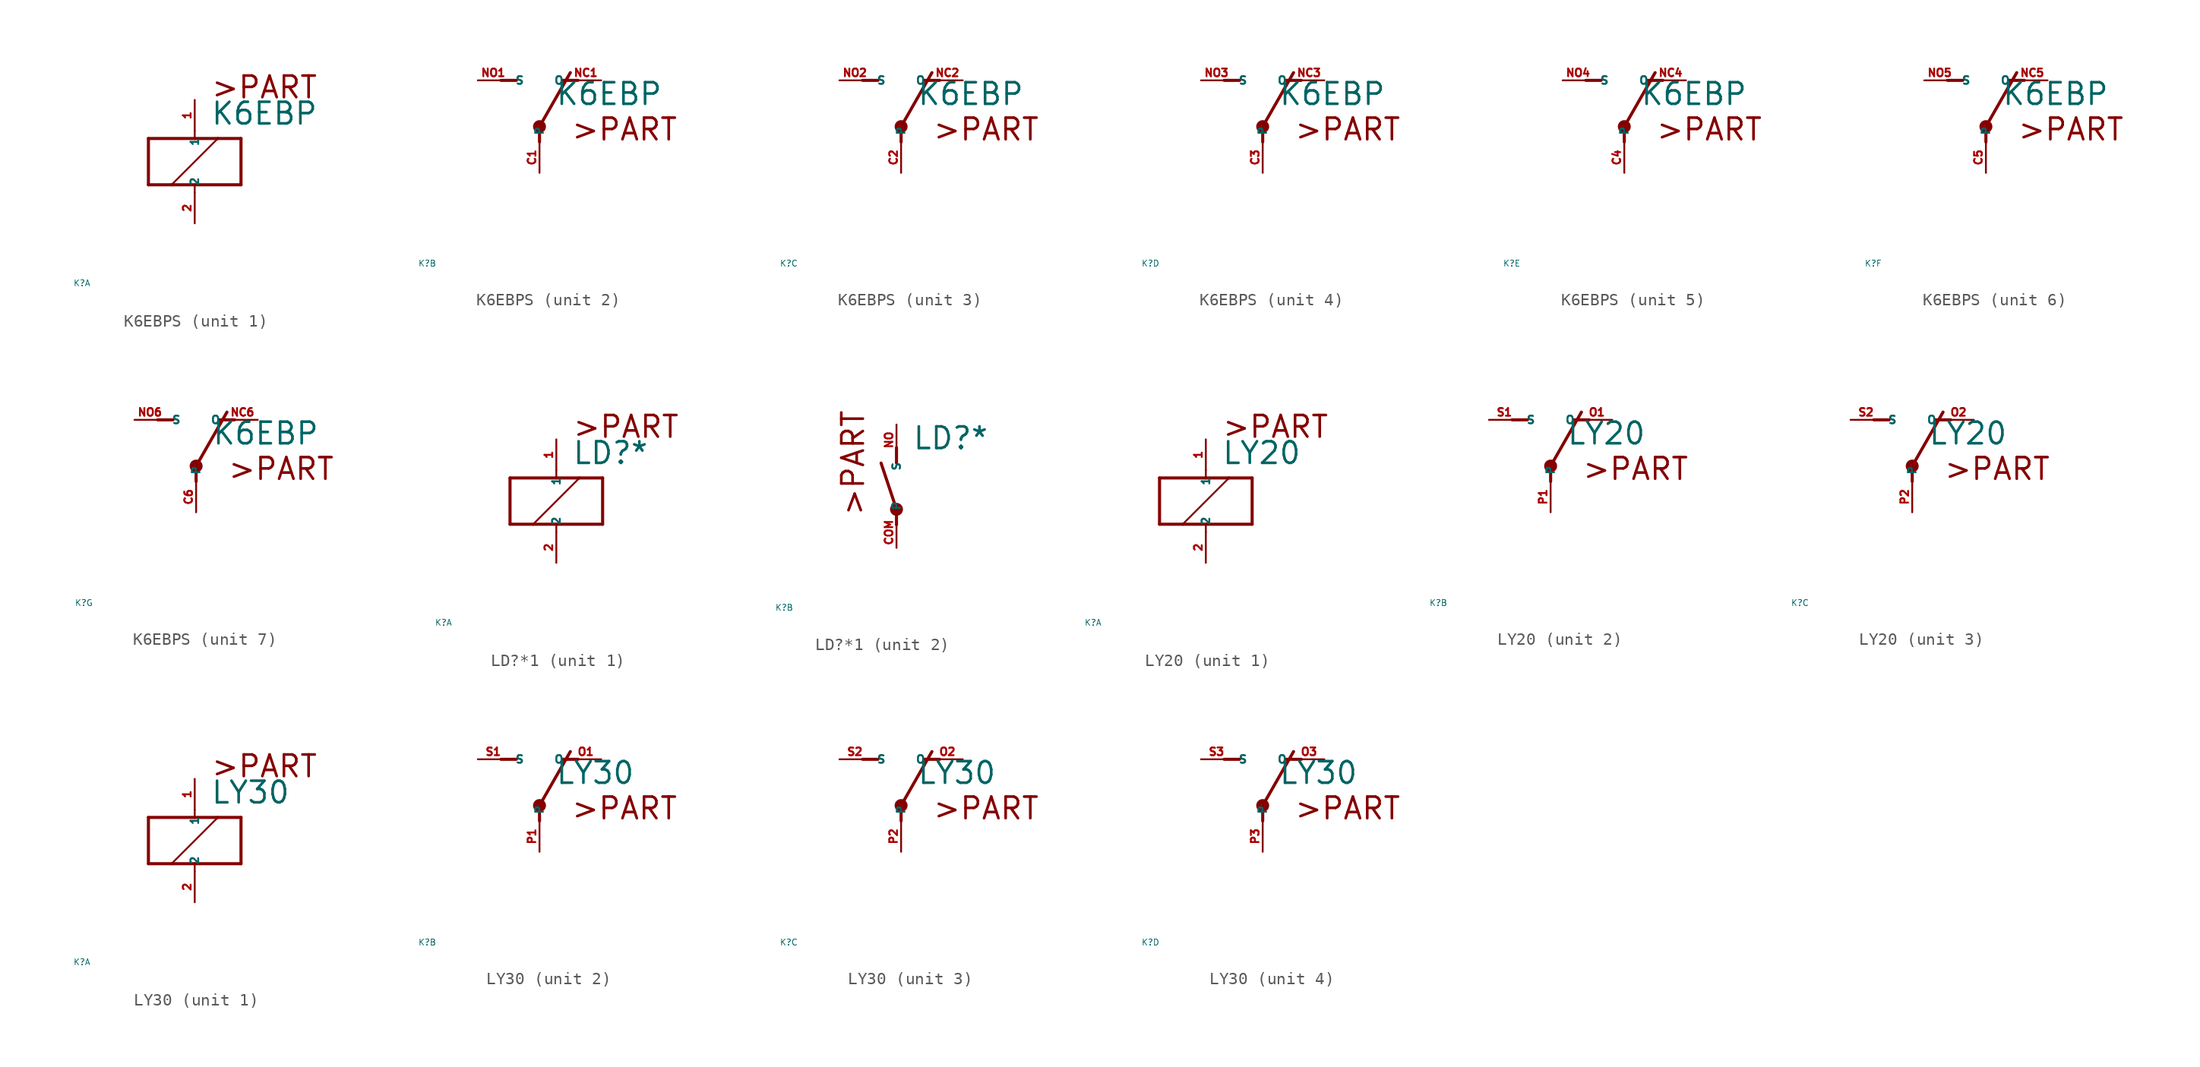
<source format=kicad_sym>
(kicad_symbol_lib
  (version 20220914)
  (generator Eagle2Kicad)
  (symbol "K6EBPS"
    (property "Reference" "K"
      (at -10 -10 0)
      (effects (font (size 0.5 0.5) (thickness 0.06)) (justify left)))
    (property "Value" "K6EBP"
      (at 1.27 2.921 0)
      (effects (font (size 1.778 1.778) (thickness 0.22)) (justify left bottom)))
    (symbol "K6EBPS_1_0"
      (polyline (pts (xy -3.81 -1.905) (xy -1.905 -1.905)) (stroke (width 0.254) (type default)) (fill (type none)))
      (polyline (pts (xy 3.81 -1.905) (xy 3.81 1.905)) (stroke (width 0.254) (type default)) (fill (type none)))
      (polyline (pts (xy 3.81 1.905) (xy 1.905 1.905)) (stroke (width 0.254) (type default)) (fill (type none)))
      (polyline (pts (xy -3.81 1.905) (xy -3.81 -1.905)) (stroke (width 0.254) (type default)) (fill (type none)))
      (polyline (pts (xy 0 -2.54) (xy 0 -1.905)) (stroke (width 0.152) (type default)) (fill (type none)))
      (polyline (pts (xy 0 -1.905) (xy 3.81 -1.905)) (stroke (width 0.254) (type default)) (fill (type none)))
      (polyline (pts (xy 0 2.54) (xy 0 1.905)) (stroke (width 0.152) (type default)) (fill (type none)))
      (polyline (pts (xy 0 1.905) (xy -3.81 1.905)) (stroke (width 0.254) (type default)) (fill (type none)))
      (polyline (pts (xy -1.905 -1.905) (xy 1.905 1.905)) (stroke (width 0.152) (type default)) (fill (type none)))
      (polyline (pts (xy -1.905 -1.905) (xy 0 -1.905)) (stroke (width 0.254) (type default)) (fill (type none)))
      (polyline (pts (xy 1.905 1.905) (xy 0 1.905)) (stroke (width 0.254) (type default)) (fill (type none)))
      (text ">PART" (at 1.27 5.08 0) (effects (font (size 1.778 1.778) (thickness 0.22)) (justify left bottom)))
      (pin passive line (at 0 -5.08 90) (length 2.54) (name "2" (effects (font (size 0.635 0.635) (thickness 0.08)) (justify left bottom))) (number "2" (effects (font (size 0.635 0.635) (thickness 0.08)) (justify left bottom))))
      (pin passive line (at 0 5.08 270) (length 2.54) (name "1" (effects (font (size 0.635 0.635) (thickness 0.08)) (justify left bottom))) (number "1" (effects (font (size 0.635 0.635) (thickness 0.08)) (justify left bottom)))))
    (symbol "K6EBPS_2_0"
      (polyline (pts (xy 3.175 5.08) (xy 1.905 5.08)) (stroke (width 0.254) (type default)) (fill (type none)))
      (polyline (pts (xy -3.175 5.08) (xy -1.905 5.08)) (stroke (width 0.254) (type default)) (fill (type none)))
      (polyline (pts (xy 0 1.27) (xy 2.54 5.715)) (stroke (width 0.254) (type default)) (fill (type none)))
      (polyline (pts (xy 0 1.27) (xy 0 0)) (stroke (width 0.254) (type default)) (fill (type none)))
      (text ">PART" (at 2.54 0 0) (effects (font (size 1.778 1.778) (thickness 0.22)) (justify left bottom)))
      (circle (center 0 1.27) (radius 0.127) (stroke (width 0.406) (type default)) (fill (type none)))
      (pin passive line (at 5.08 5.08 180) (length 2.54) (name "O" (effects (font (size 0.635 0.635) (thickness 0.08)) (justify left bottom))) (number "NC1" (effects (font (size 0.635 0.635) (thickness 0.08)) (justify left bottom))))
      (pin passive line (at -5.08 5.08 0) (length 2.54) (name "S" (effects (font (size 0.635 0.635) (thickness 0.08)) (justify left bottom))) (number "NO1" (effects (font (size 0.635 0.635) (thickness 0.08)) (justify left bottom))))
      (pin passive line (at 0 -2.54 90) (length 2.54) (name "P" (effects (font (size 0.635 0.635) (thickness 0.08)) (justify left bottom))) (number "C1" (effects (font (size 0.635 0.635) (thickness 0.08)) (justify left bottom)))))
    (symbol "K6EBPS_3_0"
      (polyline (pts (xy 3.175 5.08) (xy 1.905 5.08)) (stroke (width 0.254) (type default)) (fill (type none)))
      (polyline (pts (xy -3.175 5.08) (xy -1.905 5.08)) (stroke (width 0.254) (type default)) (fill (type none)))
      (polyline (pts (xy 0 1.27) (xy 2.54 5.715)) (stroke (width 0.254) (type default)) (fill (type none)))
      (polyline (pts (xy 0 1.27) (xy 0 0)) (stroke (width 0.254) (type default)) (fill (type none)))
      (text ">PART" (at 2.54 0 0) (effects (font (size 1.778 1.778) (thickness 0.22)) (justify left bottom)))
      (circle (center 0 1.27) (radius 0.127) (stroke (width 0.406) (type default)) (fill (type none)))
      (pin passive line (at 5.08 5.08 180) (length 2.54) (name "O" (effects (font (size 0.635 0.635) (thickness 0.08)) (justify left bottom))) (number "NC2" (effects (font (size 0.635 0.635) (thickness 0.08)) (justify left bottom))))
      (pin passive line (at -5.08 5.08 0) (length 2.54) (name "S" (effects (font (size 0.635 0.635) (thickness 0.08)) (justify left bottom))) (number "NO2" (effects (font (size 0.635 0.635) (thickness 0.08)) (justify left bottom))))
      (pin passive line (at 0 -2.54 90) (length 2.54) (name "P" (effects (font (size 0.635 0.635) (thickness 0.08)) (justify left bottom))) (number "C2" (effects (font (size 0.635 0.635) (thickness 0.08)) (justify left bottom)))))
    (symbol "K6EBPS_4_0"
      (polyline (pts (xy 3.175 5.08) (xy 1.905 5.08)) (stroke (width 0.254) (type default)) (fill (type none)))
      (polyline (pts (xy -3.175 5.08) (xy -1.905 5.08)) (stroke (width 0.254) (type default)) (fill (type none)))
      (polyline (pts (xy 0 1.27) (xy 2.54 5.715)) (stroke (width 0.254) (type default)) (fill (type none)))
      (polyline (pts (xy 0 1.27) (xy 0 0)) (stroke (width 0.254) (type default)) (fill (type none)))
      (text ">PART" (at 2.54 0 0) (effects (font (size 1.778 1.778) (thickness 0.22)) (justify left bottom)))
      (circle (center 0 1.27) (radius 0.127) (stroke (width 0.406) (type default)) (fill (type none)))
      (pin passive line (at 5.08 5.08 180) (length 2.54) (name "O" (effects (font (size 0.635 0.635) (thickness 0.08)) (justify left bottom))) (number "NC3" (effects (font (size 0.635 0.635) (thickness 0.08)) (justify left bottom))))
      (pin passive line (at -5.08 5.08 0) (length 2.54) (name "S" (effects (font (size 0.635 0.635) (thickness 0.08)) (justify left bottom))) (number "NO3" (effects (font (size 0.635 0.635) (thickness 0.08)) (justify left bottom))))
      (pin passive line (at 0 -2.54 90) (length 2.54) (name "P" (effects (font (size 0.635 0.635) (thickness 0.08)) (justify left bottom))) (number "C3" (effects (font (size 0.635 0.635) (thickness 0.08)) (justify left bottom)))))
    (symbol "K6EBPS_5_0"
      (polyline (pts (xy 3.175 5.08) (xy 1.905 5.08)) (stroke (width 0.254) (type default)) (fill (type none)))
      (polyline (pts (xy -3.175 5.08) (xy -1.905 5.08)) (stroke (width 0.254) (type default)) (fill (type none)))
      (polyline (pts (xy 0 1.27) (xy 2.54 5.715)) (stroke (width 0.254) (type default)) (fill (type none)))
      (polyline (pts (xy 0 1.27) (xy 0 0)) (stroke (width 0.254) (type default)) (fill (type none)))
      (text ">PART" (at 2.54 0 0) (effects (font (size 1.778 1.778) (thickness 0.22)) (justify left bottom)))
      (circle (center 0 1.27) (radius 0.127) (stroke (width 0.406) (type default)) (fill (type none)))
      (pin passive line (at 5.08 5.08 180) (length 2.54) (name "O" (effects (font (size 0.635 0.635) (thickness 0.08)) (justify left bottom))) (number "NC4" (effects (font (size 0.635 0.635) (thickness 0.08)) (justify left bottom))))
      (pin passive line (at -5.08 5.08 0) (length 2.54) (name "S" (effects (font (size 0.635 0.635) (thickness 0.08)) (justify left bottom))) (number "NO4" (effects (font (size 0.635 0.635) (thickness 0.08)) (justify left bottom))))
      (pin passive line (at 0 -2.54 90) (length 2.54) (name "P" (effects (font (size 0.635 0.635) (thickness 0.08)) (justify left bottom))) (number "C4" (effects (font (size 0.635 0.635) (thickness 0.08)) (justify left bottom)))))
    (symbol "K6EBPS_6_0"
      (polyline (pts (xy 3.175 5.08) (xy 1.905 5.08)) (stroke (width 0.254) (type default)) (fill (type none)))
      (polyline (pts (xy -3.175 5.08) (xy -1.905 5.08)) (stroke (width 0.254) (type default)) (fill (type none)))
      (polyline (pts (xy 0 1.27) (xy 2.54 5.715)) (stroke (width 0.254) (type default)) (fill (type none)))
      (polyline (pts (xy 0 1.27) (xy 0 0)) (stroke (width 0.254) (type default)) (fill (type none)))
      (text ">PART" (at 2.54 0 0) (effects (font (size 1.778 1.778) (thickness 0.22)) (justify left bottom)))
      (circle (center 0 1.27) (radius 0.127) (stroke (width 0.406) (type default)) (fill (type none)))
      (pin passive line (at 5.08 5.08 180) (length 2.54) (name "O" (effects (font (size 0.635 0.635) (thickness 0.08)) (justify left bottom))) (number "NC5" (effects (font (size 0.635 0.635) (thickness 0.08)) (justify left bottom))))
      (pin passive line (at -5.08 5.08 0) (length 2.54) (name "S" (effects (font (size 0.635 0.635) (thickness 0.08)) (justify left bottom))) (number "NO5" (effects (font (size 0.635 0.635) (thickness 0.08)) (justify left bottom))))
      (pin passive line (at 0 -2.54 90) (length 2.54) (name "P" (effects (font (size 0.635 0.635) (thickness 0.08)) (justify left bottom))) (number "C5" (effects (font (size 0.635 0.635) (thickness 0.08)) (justify left bottom)))))
    (symbol "K6EBPS_7_0"
      (polyline (pts (xy 3.175 5.08) (xy 1.905 5.08)) (stroke (width 0.254) (type default)) (fill (type none)))
      (polyline (pts (xy -3.175 5.08) (xy -1.905 5.08)) (stroke (width 0.254) (type default)) (fill (type none)))
      (polyline (pts (xy 0 1.27) (xy 2.54 5.715)) (stroke (width 0.254) (type default)) (fill (type none)))
      (polyline (pts (xy 0 1.27) (xy 0 0)) (stroke (width 0.254) (type default)) (fill (type none)))
      (text ">PART" (at 2.54 0 0) (effects (font (size 1.778 1.778) (thickness 0.22)) (justify left bottom)))
      (circle (center 0 1.27) (radius 0.127) (stroke (width 0.406) (type default)) (fill (type none)))
      (pin passive line (at 5.08 5.08 180) (length 2.54) (name "O" (effects (font (size 0.635 0.635) (thickness 0.08)) (justify left bottom))) (number "NC6" (effects (font (size 0.635 0.635) (thickness 0.08)) (justify left bottom))))
      (pin passive line (at -5.08 5.08 0) (length 2.54) (name "S" (effects (font (size 0.635 0.635) (thickness 0.08)) (justify left bottom))) (number "NO6" (effects (font (size 0.635 0.635) (thickness 0.08)) (justify left bottom))))
      (pin passive line (at 0 -2.54 90) (length 2.54) (name "P" (effects (font (size 0.635 0.635) (thickness 0.08)) (justify left bottom))) (number "C6" (effects (font (size 0.635 0.635) (thickness 0.08)) (justify left bottom))))))
  (symbol "LD?*1"
    (property "Reference" "K"
      (at -10 -10 0)
      (effects (font (size 0.5 0.5) (thickness 0.06)) (justify left)))
    (property "Value" "LD?*"
      (at 1.27 2.921 0)
      (effects (font (size 1.778 1.778) (thickness 0.22)) (justify left bottom)))
    (symbol "LD?*1_1_0"
      (polyline (pts (xy -3.81 -1.905) (xy -1.905 -1.905)) (stroke (width 0.254) (type default)) (fill (type none)))
      (polyline (pts (xy 3.81 -1.905) (xy 3.81 1.905)) (stroke (width 0.254) (type default)) (fill (type none)))
      (polyline (pts (xy 3.81 1.905) (xy 1.905 1.905)) (stroke (width 0.254) (type default)) (fill (type none)))
      (polyline (pts (xy -3.81 1.905) (xy -3.81 -1.905)) (stroke (width 0.254) (type default)) (fill (type none)))
      (polyline (pts (xy 0 -2.54) (xy 0 -1.905)) (stroke (width 0.152) (type default)) (fill (type none)))
      (polyline (pts (xy 0 -1.905) (xy 3.81 -1.905)) (stroke (width 0.254) (type default)) (fill (type none)))
      (polyline (pts (xy 0 2.54) (xy 0 1.905)) (stroke (width 0.152) (type default)) (fill (type none)))
      (polyline (pts (xy 0 1.905) (xy -3.81 1.905)) (stroke (width 0.254) (type default)) (fill (type none)))
      (polyline (pts (xy -1.905 -1.905) (xy 1.905 1.905)) (stroke (width 0.152) (type default)) (fill (type none)))
      (polyline (pts (xy -1.905 -1.905) (xy 0 -1.905)) (stroke (width 0.254) (type default)) (fill (type none)))
      (polyline (pts (xy 1.905 1.905) (xy 0 1.905)) (stroke (width 0.254) (type default)) (fill (type none)))
      (text ">PART" (at 1.27 5.08 0) (effects (font (size 1.778 1.778) (thickness 0.22)) (justify left bottom)))
      (pin passive line (at 0 -5.08 90) (length 2.54) (name "2" (effects (font (size 0.635 0.635) (thickness 0.08)) (justify left bottom))) (number "2" (effects (font (size 0.635 0.635) (thickness 0.08)) (justify left bottom))))
      (pin passive line (at 0 5.08 270) (length 2.54) (name "1" (effects (font (size 0.635 0.635) (thickness 0.08)) (justify left bottom))) (number "1" (effects (font (size 0.635 0.635) (thickness 0.08)) (justify left bottom)))))
    (symbol "LD?*1_2_0"
      (polyline (pts (xy 0 3.175) (xy 0 1.905)) (stroke (width 0.254) (type default)) (fill (type none)))
      (polyline (pts (xy 0 -3.175) (xy 0 -1.905)) (stroke (width 0.254) (type default)) (fill (type none)))
      (polyline (pts (xy 0 -1.905) (xy -1.27 1.905)) (stroke (width 0.254) (type default)) (fill (type none)))
      (text ">PART" (at -2.54 -2.54 900) (effects (font (size 1.778 1.778) (thickness 0.22)) (justify left bottom)))
      (circle (center 0 -1.905) (radius 0.127) (stroke (width 0.406) (type default)) (fill (type none)))
      (pin passive line (at 0 -5.08 90) (length 2.54) (name "P" (effects (font (size 0.635 0.635) (thickness 0.08)) (justify left bottom))) (number "COM" (effects (font (size 0.635 0.635) (thickness 0.08)) (justify left bottom))))
      (pin passive line (at 0 5.08 270) (length 2.54) (name "S" (effects (font (size 0.635 0.635) (thickness 0.08)) (justify left bottom))) (number "NO" (effects (font (size 0.635 0.635) (thickness 0.08)) (justify left bottom))))))
  (symbol "LY20"
    (property "Reference" "K"
      (at -10 -10 0)
      (effects (font (size 0.5 0.5) (thickness 0.06)) (justify left)))
    (property "Value" "LY20"
      (at 1.27 2.921 0)
      (effects (font (size 1.778 1.778) (thickness 0.22)) (justify left bottom)))
    (symbol "LY20_1_0"
      (polyline (pts (xy -3.81 -1.905) (xy -1.905 -1.905)) (stroke (width 0.254) (type default)) (fill (type none)))
      (polyline (pts (xy 3.81 -1.905) (xy 3.81 1.905)) (stroke (width 0.254) (type default)) (fill (type none)))
      (polyline (pts (xy 3.81 1.905) (xy 1.905 1.905)) (stroke (width 0.254) (type default)) (fill (type none)))
      (polyline (pts (xy -3.81 1.905) (xy -3.81 -1.905)) (stroke (width 0.254) (type default)) (fill (type none)))
      (polyline (pts (xy 0 -2.54) (xy 0 -1.905)) (stroke (width 0.152) (type default)) (fill (type none)))
      (polyline (pts (xy 0 -1.905) (xy 3.81 -1.905)) (stroke (width 0.254) (type default)) (fill (type none)))
      (polyline (pts (xy 0 2.54) (xy 0 1.905)) (stroke (width 0.152) (type default)) (fill (type none)))
      (polyline (pts (xy 0 1.905) (xy -3.81 1.905)) (stroke (width 0.254) (type default)) (fill (type none)))
      (polyline (pts (xy -1.905 -1.905) (xy 1.905 1.905)) (stroke (width 0.152) (type default)) (fill (type none)))
      (polyline (pts (xy -1.905 -1.905) (xy 0 -1.905)) (stroke (width 0.254) (type default)) (fill (type none)))
      (polyline (pts (xy 1.905 1.905) (xy 0 1.905)) (stroke (width 0.254) (type default)) (fill (type none)))
      (text ">PART" (at 1.27 5.08 0) (effects (font (size 1.778 1.778) (thickness 0.22)) (justify left bottom)))
      (pin passive line (at 0 -5.08 90) (length 2.54) (name "2" (effects (font (size 0.635 0.635) (thickness 0.08)) (justify left bottom))) (number "2" (effects (font (size 0.635 0.635) (thickness 0.08)) (justify left bottom))))
      (pin passive line (at 0 5.08 270) (length 2.54) (name "1" (effects (font (size 0.635 0.635) (thickness 0.08)) (justify left bottom))) (number "1" (effects (font (size 0.635 0.635) (thickness 0.08)) (justify left bottom)))))
    (symbol "LY20_2_0"
      (polyline (pts (xy 3.175 5.08) (xy 1.905 5.08)) (stroke (width 0.254) (type default)) (fill (type none)))
      (polyline (pts (xy -3.175 5.08) (xy -1.905 5.08)) (stroke (width 0.254) (type default)) (fill (type none)))
      (polyline (pts (xy 0 1.27) (xy 2.54 5.715)) (stroke (width 0.254) (type default)) (fill (type none)))
      (polyline (pts (xy 0 1.27) (xy 0 0)) (stroke (width 0.254) (type default)) (fill (type none)))
      (text ">PART" (at 2.54 0 0) (effects (font (size 1.778 1.778) (thickness 0.22)) (justify left bottom)))
      (circle (center 0 1.27) (radius 0.127) (stroke (width 0.406) (type default)) (fill (type none)))
      (pin passive line (at 5.08 5.08 180) (length 2.54) (name "O" (effects (font (size 0.635 0.635) (thickness 0.08)) (justify left bottom))) (number "O1" (effects (font (size 0.635 0.635) (thickness 0.08)) (justify left bottom))))
      (pin passive line (at -5.08 5.08 0) (length 2.54) (name "S" (effects (font (size 0.635 0.635) (thickness 0.08)) (justify left bottom))) (number "S1" (effects (font (size 0.635 0.635) (thickness 0.08)) (justify left bottom))))
      (pin passive line (at 0 -2.54 90) (length 2.54) (name "P" (effects (font (size 0.635 0.635) (thickness 0.08)) (justify left bottom))) (number "P1" (effects (font (size 0.635 0.635) (thickness 0.08)) (justify left bottom)))))
    (symbol "LY20_3_0"
      (polyline (pts (xy 3.175 5.08) (xy 1.905 5.08)) (stroke (width 0.254) (type default)) (fill (type none)))
      (polyline (pts (xy -3.175 5.08) (xy -1.905 5.08)) (stroke (width 0.254) (type default)) (fill (type none)))
      (polyline (pts (xy 0 1.27) (xy 2.54 5.715)) (stroke (width 0.254) (type default)) (fill (type none)))
      (polyline (pts (xy 0 1.27) (xy 0 0)) (stroke (width 0.254) (type default)) (fill (type none)))
      (text ">PART" (at 2.54 0 0) (effects (font (size 1.778 1.778) (thickness 0.22)) (justify left bottom)))
      (circle (center 0 1.27) (radius 0.127) (stroke (width 0.406) (type default)) (fill (type none)))
      (pin passive line (at 5.08 5.08 180) (length 2.54) (name "O" (effects (font (size 0.635 0.635) (thickness 0.08)) (justify left bottom))) (number "O2" (effects (font (size 0.635 0.635) (thickness 0.08)) (justify left bottom))))
      (pin passive line (at -5.08 5.08 0) (length 2.54) (name "S" (effects (font (size 0.635 0.635) (thickness 0.08)) (justify left bottom))) (number "S2" (effects (font (size 0.635 0.635) (thickness 0.08)) (justify left bottom))))
      (pin passive line (at 0 -2.54 90) (length 2.54) (name "P" (effects (font (size 0.635 0.635) (thickness 0.08)) (justify left bottom))) (number "P2" (effects (font (size 0.635 0.635) (thickness 0.08)) (justify left bottom))))))
  (symbol "LY30"
    (property "Reference" "K"
      (at -10 -10 0)
      (effects (font (size 0.5 0.5) (thickness 0.06)) (justify left)))
    (property "Value" "LY30"
      (at 1.27 2.921 0)
      (effects (font (size 1.778 1.778) (thickness 0.22)) (justify left bottom)))
    (symbol "LY30_1_0"
      (polyline (pts (xy -3.81 -1.905) (xy -1.905 -1.905)) (stroke (width 0.254) (type default)) (fill (type none)))
      (polyline (pts (xy 3.81 -1.905) (xy 3.81 1.905)) (stroke (width 0.254) (type default)) (fill (type none)))
      (polyline (pts (xy 3.81 1.905) (xy 1.905 1.905)) (stroke (width 0.254) (type default)) (fill (type none)))
      (polyline (pts (xy -3.81 1.905) (xy -3.81 -1.905)) (stroke (width 0.254) (type default)) (fill (type none)))
      (polyline (pts (xy 0 -2.54) (xy 0 -1.905)) (stroke (width 0.152) (type default)) (fill (type none)))
      (polyline (pts (xy 0 -1.905) (xy 3.81 -1.905)) (stroke (width 0.254) (type default)) (fill (type none)))
      (polyline (pts (xy 0 2.54) (xy 0 1.905)) (stroke (width 0.152) (type default)) (fill (type none)))
      (polyline (pts (xy 0 1.905) (xy -3.81 1.905)) (stroke (width 0.254) (type default)) (fill (type none)))
      (polyline (pts (xy -1.905 -1.905) (xy 1.905 1.905)) (stroke (width 0.152) (type default)) (fill (type none)))
      (polyline (pts (xy -1.905 -1.905) (xy 0 -1.905)) (stroke (width 0.254) (type default)) (fill (type none)))
      (polyline (pts (xy 1.905 1.905) (xy 0 1.905)) (stroke (width 0.254) (type default)) (fill (type none)))
      (text ">PART" (at 1.27 5.08 0) (effects (font (size 1.778 1.778) (thickness 0.22)) (justify left bottom)))
      (pin passive line (at 0 -5.08 90) (length 2.54) (name "2" (effects (font (size 0.635 0.635) (thickness 0.08)) (justify left bottom))) (number "2" (effects (font (size 0.635 0.635) (thickness 0.08)) (justify left bottom))))
      (pin passive line (at 0 5.08 270) (length 2.54) (name "1" (effects (font (size 0.635 0.635) (thickness 0.08)) (justify left bottom))) (number "1" (effects (font (size 0.635 0.635) (thickness 0.08)) (justify left bottom)))))
    (symbol "LY30_2_0"
      (polyline (pts (xy 3.175 5.08) (xy 1.905 5.08)) (stroke (width 0.254) (type default)) (fill (type none)))
      (polyline (pts (xy -3.175 5.08) (xy -1.905 5.08)) (stroke (width 0.254) (type default)) (fill (type none)))
      (polyline (pts (xy 0 1.27) (xy 2.54 5.715)) (stroke (width 0.254) (type default)) (fill (type none)))
      (polyline (pts (xy 0 1.27) (xy 0 0)) (stroke (width 0.254) (type default)) (fill (type none)))
      (text ">PART" (at 2.54 0 0) (effects (font (size 1.778 1.778) (thickness 0.22)) (justify left bottom)))
      (circle (center 0 1.27) (radius 0.127) (stroke (width 0.406) (type default)) (fill (type none)))
      (pin passive line (at 5.08 5.08 180) (length 2.54) (name "O" (effects (font (size 0.635 0.635) (thickness 0.08)) (justify left bottom))) (number "O1" (effects (font (size 0.635 0.635) (thickness 0.08)) (justify left bottom))))
      (pin passive line (at -5.08 5.08 0) (length 2.54) (name "S" (effects (font (size 0.635 0.635) (thickness 0.08)) (justify left bottom))) (number "S1" (effects (font (size 0.635 0.635) (thickness 0.08)) (justify left bottom))))
      (pin passive line (at 0 -2.54 90) (length 2.54) (name "P" (effects (font (size 0.635 0.635) (thickness 0.08)) (justify left bottom))) (number "P1" (effects (font (size 0.635 0.635) (thickness 0.08)) (justify left bottom)))))
    (symbol "LY30_3_0"
      (polyline (pts (xy 3.175 5.08) (xy 1.905 5.08)) (stroke (width 0.254) (type default)) (fill (type none)))
      (polyline (pts (xy -3.175 5.08) (xy -1.905 5.08)) (stroke (width 0.254) (type default)) (fill (type none)))
      (polyline (pts (xy 0 1.27) (xy 2.54 5.715)) (stroke (width 0.254) (type default)) (fill (type none)))
      (polyline (pts (xy 0 1.27) (xy 0 0)) (stroke (width 0.254) (type default)) (fill (type none)))
      (text ">PART" (at 2.54 0 0) (effects (font (size 1.778 1.778) (thickness 0.22)) (justify left bottom)))
      (circle (center 0 1.27) (radius 0.127) (stroke (width 0.406) (type default)) (fill (type none)))
      (pin passive line (at 5.08 5.08 180) (length 2.54) (name "O" (effects (font (size 0.635 0.635) (thickness 0.08)) (justify left bottom))) (number "O2" (effects (font (size 0.635 0.635) (thickness 0.08)) (justify left bottom))))
      (pin passive line (at -5.08 5.08 0) (length 2.54) (name "S" (effects (font (size 0.635 0.635) (thickness 0.08)) (justify left bottom))) (number "S2" (effects (font (size 0.635 0.635) (thickness 0.08)) (justify left bottom))))
      (pin passive line (at 0 -2.54 90) (length 2.54) (name "P" (effects (font (size 0.635 0.635) (thickness 0.08)) (justify left bottom))) (number "P2" (effects (font (size 0.635 0.635) (thickness 0.08)) (justify left bottom)))))
    (symbol "LY30_4_0"
      (polyline (pts (xy 3.175 5.08) (xy 1.905 5.08)) (stroke (width 0.254) (type default)) (fill (type none)))
      (polyline (pts (xy -3.175 5.08) (xy -1.905 5.08)) (stroke (width 0.254) (type default)) (fill (type none)))
      (polyline (pts (xy 0 1.27) (xy 2.54 5.715)) (stroke (width 0.254) (type default)) (fill (type none)))
      (polyline (pts (xy 0 1.27) (xy 0 0)) (stroke (width 0.254) (type default)) (fill (type none)))
      (text ">PART" (at 2.54 0 0) (effects (font (size 1.778 1.778) (thickness 0.22)) (justify left bottom)))
      (circle (center 0 1.27) (radius 0.127) (stroke (width 0.406) (type default)) (fill (type none)))
      (pin passive line (at 5.08 5.08 180) (length 2.54) (name "O" (effects (font (size 0.635 0.635) (thickness 0.08)) (justify left bottom))) (number "O3" (effects (font (size 0.635 0.635) (thickness 0.08)) (justify left bottom))))
      (pin passive line (at -5.08 5.08 0) (length 2.54) (name "S" (effects (font (size 0.635 0.635) (thickness 0.08)) (justify left bottom))) (number "S3" (effects (font (size 0.635 0.635) (thickness 0.08)) (justify left bottom))))
      (pin passive line (at 0 -2.54 90) (length 2.54) (name "P" (effects (font (size 0.635 0.635) (thickness 0.08)) (justify left bottom))) (number "P3" (effects (font (size 0.635 0.635) (thickness 0.08)) (justify left bottom)))))))
</source>
